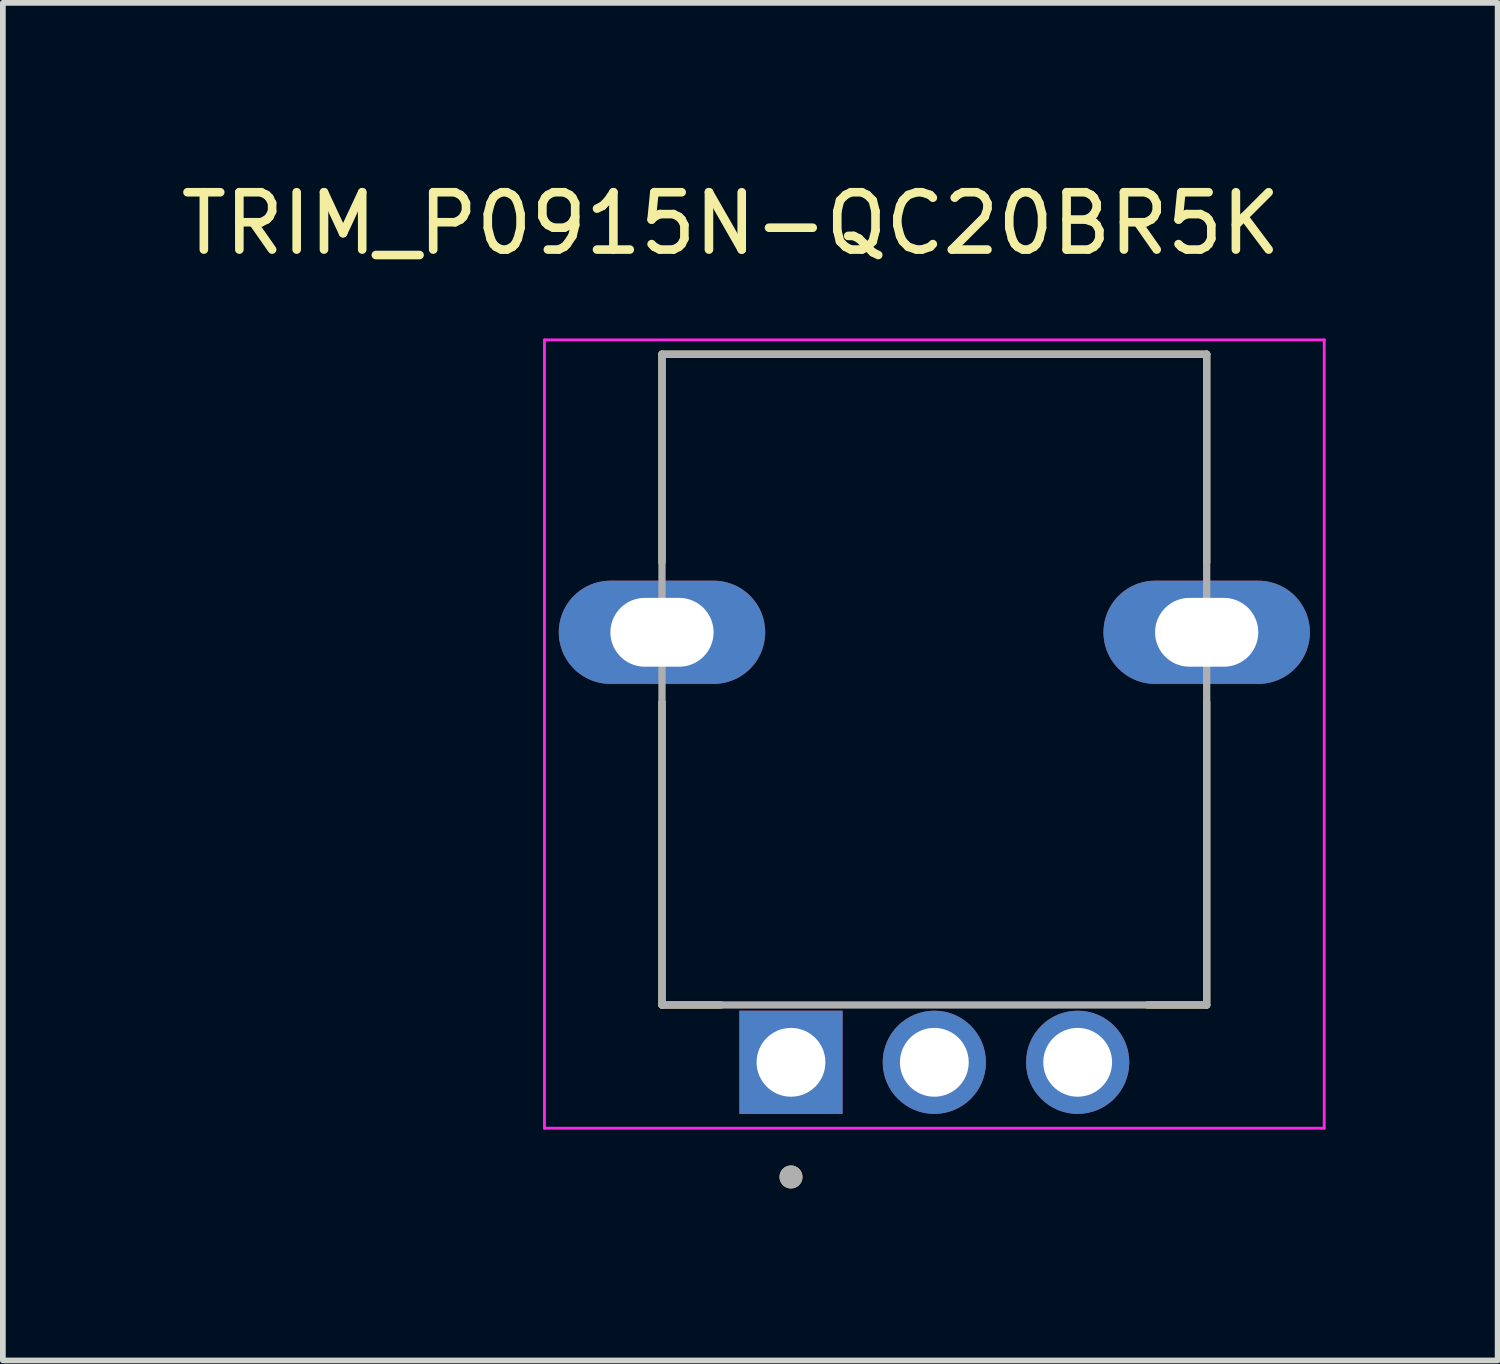
<source format=kicad_pcb>
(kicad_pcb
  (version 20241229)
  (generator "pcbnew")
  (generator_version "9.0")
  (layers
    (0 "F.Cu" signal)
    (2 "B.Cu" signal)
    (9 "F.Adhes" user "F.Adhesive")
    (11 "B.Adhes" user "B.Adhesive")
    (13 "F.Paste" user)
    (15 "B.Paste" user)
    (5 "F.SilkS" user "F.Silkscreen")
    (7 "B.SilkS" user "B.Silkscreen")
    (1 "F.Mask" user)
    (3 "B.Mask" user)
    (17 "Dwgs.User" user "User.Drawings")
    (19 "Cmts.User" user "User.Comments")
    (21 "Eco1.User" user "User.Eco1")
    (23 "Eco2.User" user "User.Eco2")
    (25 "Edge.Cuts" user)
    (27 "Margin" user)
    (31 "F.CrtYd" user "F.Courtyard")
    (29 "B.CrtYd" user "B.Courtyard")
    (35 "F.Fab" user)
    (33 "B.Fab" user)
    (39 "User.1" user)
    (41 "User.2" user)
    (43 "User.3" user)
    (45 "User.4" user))
  (footprint "TRIM_P0915N-QC20BR5K"
    (layer "F.Cu")
    (at 13.246 9.753)
    (property "Reference" "TRIM_P0915N-QC20BR5K" (at -3.55 -8.905 0) (layer "F.SilkS") (effects (font (size 1 1) (thickness 0.15))))
    (attr through_hole)
    (fp_line (start -4.75 -6.625) (end 4.75 -6.625) (stroke (width 0.127) (type solid)) (layer "F.SilkS"))
    (fp_line (start -4.75 -2.995) (end -4.75 -6.625) (stroke (width 0.127) (type solid)) (layer "F.SilkS"))
    (fp_line (start -4.75 4.725) (end -4.75 -0.555) (stroke (width 0.127) (type solid)) (layer "F.SilkS"))
    (fp_line (start -3.72 4.725) (end -4.75 4.725) (stroke (width 0.127) (type solid)) (layer "F.SilkS"))
    (fp_line (start 4.75 -2.995) (end 4.75 -6.625) (stroke (width 0.127) (type solid)) (layer "F.SilkS"))
    (fp_line (start 4.75 4.725) (end 3.72 4.725) (stroke (width 0.127) (type solid)) (layer "F.SilkS"))
    (fp_line (start 4.75 4.725) (end 4.75 -0.555) (stroke (width 0.127) (type solid)) (layer "F.SilkS"))
    (fp_circle (center -2.5 7.725) (end -2.4 7.725) (stroke (width 0.2) (type solid)) (fill no) (layer "F.SilkS"))
    (fp_line (start -6.8 -6.875) (end 6.8 -6.875) (stroke (width 0.05) (type solid)) (layer "F.CrtYd"))
    (fp_line (start -6.8 6.875) (end -6.8 -6.875) (stroke (width 0.05) (type solid)) (layer "F.CrtYd"))
    (fp_line (start 6.8 -6.875) (end 6.8 6.875) (stroke (width 0.05) (type solid)) (layer "F.CrtYd"))
    (fp_line (start 6.8 6.875) (end -6.8 6.875) (stroke (width 0.05) (type solid)) (layer "F.CrtYd"))
    (fp_line (start -4.75 -6.625) (end 4.75 -6.625) (stroke (width 0.127) (type solid)) (layer "F.Fab"))
    (fp_line (start -4.75 4.725) (end -4.75 -6.625) (stroke (width 0.127) (type solid)) (layer "F.Fab"))
    (fp_line (start 4.75 -6.625) (end 4.75 4.725) (stroke (width 0.127) (type solid)) (layer "F.Fab"))
    (fp_line (start 4.75 4.725) (end -4.75 4.725) (stroke (width 0.127) (type solid)) (layer "F.Fab"))
    (fp_circle (center -2.5 7.725) (end -2.4 7.725) (stroke (width 0.2) (type solid)) (fill no) (layer "F.Fab"))
    (pad "1" thru_hole rect (at -2.5 5.725) (size 1.8 1.8) (drill 1.2) (layers "*.Cu" "*.Mask"))
    (pad "2" thru_hole circle (at 0 5.725) (size 1.8 1.8) (drill 1.2) (layers "*.Cu" "*.Mask"))
    (pad "3" thru_hole circle (at 2.5 5.725) (size 1.8 1.8) (drill 1.2) (layers "*.Cu" "*.Mask"))
    (pad "S1" thru_hole oval (at -4.75 -1.775) (size 3.6 1.8) (drill oval 1.8 1.2) (layers "*.Cu" "*.Mask"))
    (pad "S2" thru_hole oval (at 4.75 -1.775) (size 3.6 1.8) (drill oval 1.8 1.2) (layers "*.Cu" "*.Mask")))
  (gr_rect
    (start -3 -3)
    (end 23.071 20.678)
    (stroke (width 0.1) (type default))
    (fill no)
    (layer "Edge.Cuts")))
</source>
